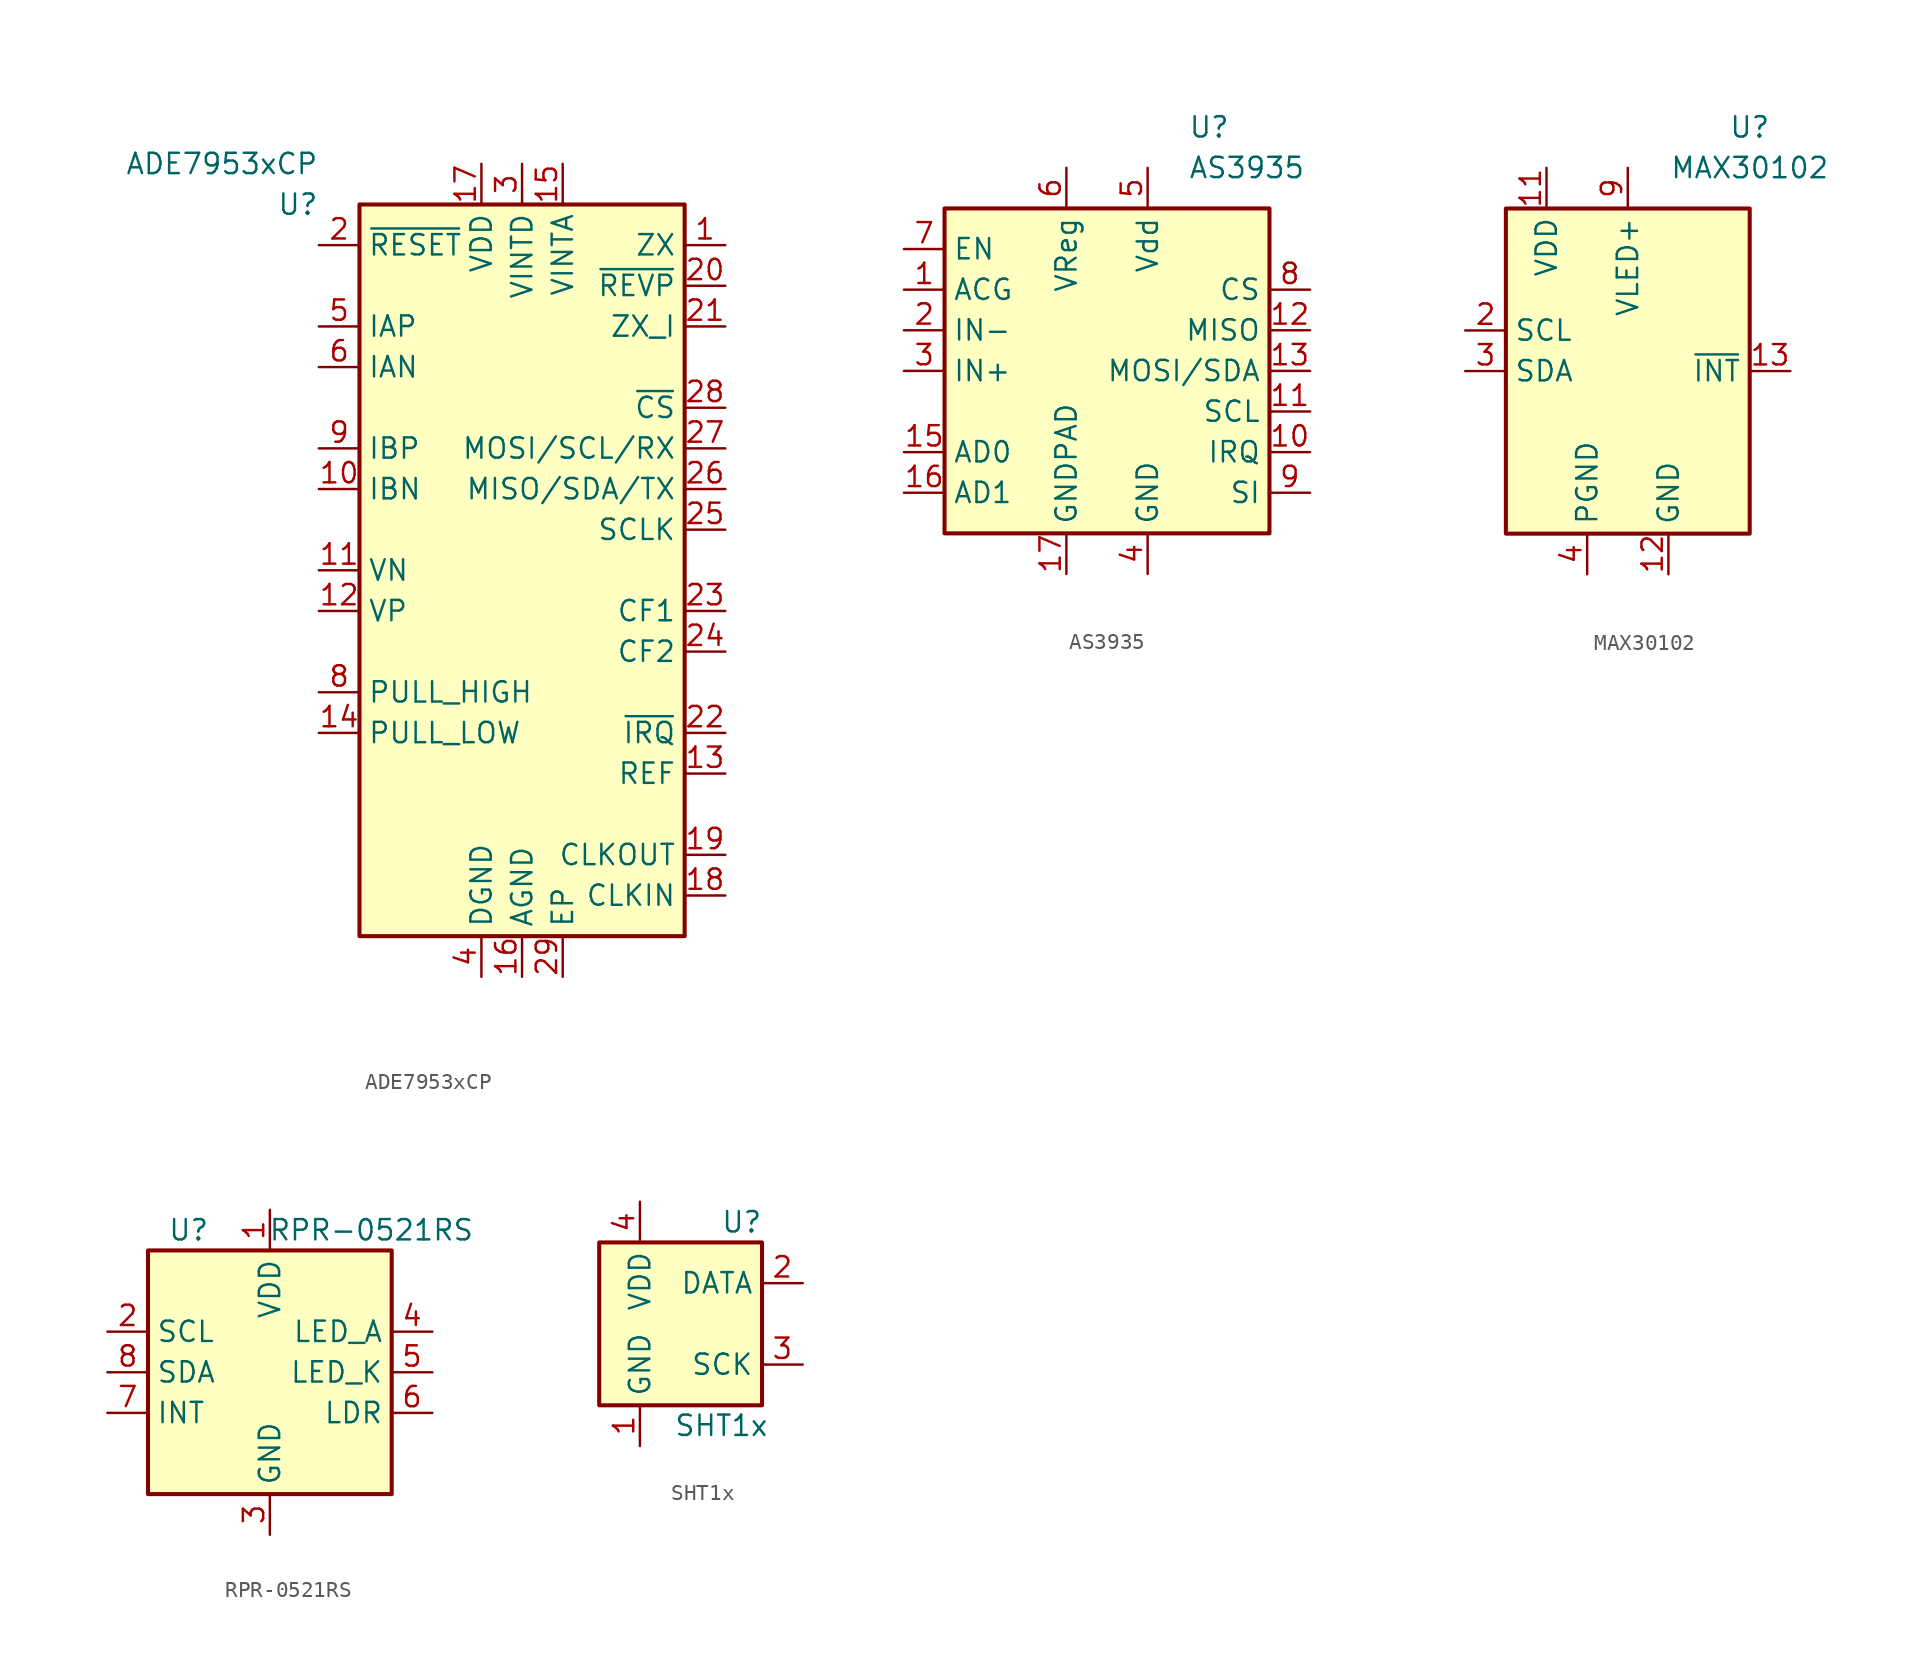
<source format=kicad_sym>
(kicad_symbol_lib
  (version 20231120)
  (generator "kicad_symbol_editor")
  (generator_version "8.0")
  (symbol "ADE7953xCP"
    (property "Reference" "U"
      (at -12.7 22.86 0)
      (effects (font (size 1.27 1.27)) (justify right)))
    (property "Value" "ADE7953xCP"
      (at -12.7 25.4 0)
      (effects (font (size 1.27 1.27)) (justify right)))
    (symbol "ADE7953xCP_0_1"
      (rectangle (start 10.16 -22.86) (end -10.16 22.86) (stroke (width 0.254) (type default)) (fill (type background))))
    (symbol "ADE7953xCP_1_1"
      (pin output line (at 12.7 20.32 180) (length 2.54) (name "ZX" (effects (font (size 1.27 1.27)))) (number "1" (effects (font (size 1.27 1.27)))))
      (pin input line (at -12.7 5.08 0) (length 2.54) (name "IBN" (effects (font (size 1.27 1.27)))) (number "10" (effects (font (size 1.27 1.27)))))
      (pin input line (at -12.7 0 0) (length 2.54) (name "VN" (effects (font (size 1.27 1.27)))) (number "11" (effects (font (size 1.27 1.27)))))
      (pin input line (at -12.7 -2.54 0) (length 2.54) (name "VP" (effects (font (size 1.27 1.27)))) (number "12" (effects (font (size 1.27 1.27)))))
      (pin input line (at 12.7 -12.7 180) (length 2.54) (name "REF" (effects (font (size 1.27 1.27)))) (number "13" (effects (font (size 1.27 1.27)))))
      (pin input line (at -12.7 -10.16 0) (length 2.54) (name "PULL_LOW" (effects (font (size 1.27 1.27)))) (number "14" (effects (font (size 1.27 1.27)))))
      (pin power_out line (at 2.54 25.4 270) (length 2.54) (name "VINTA" (effects (font (size 1.27 1.27)))) (number "15" (effects (font (size 1.27 1.27)))))
      (pin power_in line (at 0 -25.4 90) (length 2.54) (name "AGND" (effects (font (size 1.27 1.27)))) (number "16" (effects (font (size 1.27 1.27)))))
      (pin power_in line (at -2.54 25.4 270) (length 2.54) (name "VDD" (effects (font (size 1.27 1.27)))) (number "17" (effects (font (size 1.27 1.27)))))
      (pin input line (at 12.7 -20.32 180) (length 2.54) (name "CLKIN" (effects (font (size 1.27 1.27)))) (number "18" (effects (font (size 1.27 1.27)))))
      (pin output line (at 12.7 -17.78 180) (length 2.54) (name "CLKOUT" (effects (font (size 1.27 1.27)))) (number "19" (effects (font (size 1.27 1.27)))))
      (pin input line (at -12.7 20.32 0) (length 2.54) (name "~{RESET}" (effects (font (size 1.27 1.27)))) (number "2" (effects (font (size 1.27 1.27)))))
      (pin output line (at 12.7 17.78 180) (length 2.54) (name "~{REVP}" (effects (font (size 1.27 1.27)))) (number "20" (effects (font (size 1.27 1.27)))))
      (pin output line (at 12.7 15.24 180) (length 2.54) (name "ZX_I" (effects (font (size 1.27 1.27)))) (number "21" (effects (font (size 1.27 1.27)))))
      (pin open_collector line (at 12.7 -10.16 180) (length 2.54) (name "~{IRQ}" (effects (font (size 1.27 1.27)))) (number "22" (effects (font (size 1.27 1.27)))))
      (pin output line (at 12.7 -2.54 180) (length 2.54) (name "CF1" (effects (font (size 1.27 1.27)))) (number "23" (effects (font (size 1.27 1.27)))))
      (pin output line (at 12.7 -5.08 180) (length 2.54) (name "CF2" (effects (font (size 1.27 1.27)))) (number "24" (effects (font (size 1.27 1.27)))))
      (pin input line (at 12.7 2.54 180) (length 2.54) (name "SCLK" (effects (font (size 1.27 1.27)))) (number "25" (effects (font (size 1.27 1.27)))))
      (pin bidirectional line (at 12.7 5.08 180) (length 2.54) (name "MISO/SDA/TX" (effects (font (size 1.27 1.27)))) (number "26" (effects (font (size 1.27 1.27)))))
      (pin input line (at 12.7 7.62 180) (length 2.54) (name "MOSI/SCL/RX" (effects (font (size 1.27 1.27)))) (number "27" (effects (font (size 1.27 1.27)))))
      (pin input line (at 12.7 10.16 180) (length 2.54) (name "~{CS}" (effects (font (size 1.27 1.27)))) (number "28" (effects (font (size 1.27 1.27)))))
      (pin passive line (at 2.54 -25.4 90) (length 2.54) (name "EP" (effects (font (size 1.27 1.27)))) (number "29" (effects (font (size 1.27 1.27)))))
      (pin power_out line (at 0 25.4 270) (length 2.54) (name "VINTD" (effects (font (size 1.27 1.27)))) (number "3" (effects (font (size 1.27 1.27)))))
      (pin power_in line (at -2.54 -25.4 90) (length 2.54) (name "DGND" (effects (font (size 1.27 1.27)))) (number "4" (effects (font (size 1.27 1.27)))))
      (pin input line (at -12.7 15.24 0) (length 2.54) (name "IAP" (effects (font (size 1.27 1.27)))) (number "5" (effects (font (size 1.27 1.27)))))
      (pin input line (at -12.7 12.7 0) (length 2.54) (name "IAN" (effects (font (size 1.27 1.27)))) (number "6" (effects (font (size 1.27 1.27)))))
      (pin input line (at -12.7 -7.62 0) (length 2.54) hide (name "PULL_HIGH" (effects (font (size 1.27 1.27)))) (number "7" (effects (font (size 1.27 1.27)))))
      (pin input line (at -12.7 -7.62 0) (length 2.54) (name "PULL_HIGH" (effects (font (size 1.27 1.27)))) (number "8" (effects (font (size 1.27 1.27)))))
      (pin input line (at -12.7 7.62 0) (length 2.54) (name "IBP" (effects (font (size 1.27 1.27)))) (number "9" (effects (font (size 1.27 1.27)))))))
  (symbol "AS3935"
    (property "Reference" "U"
      (at 5.08 15.24 0)
      (effects (font (size 1.27 1.27)) (justify left)))
    (property "Value" "AS3935"
      (at 5.08 12.7 0)
      (effects (font (size 1.27 1.27)) (justify left)))
    (symbol "AS3935_0_1"
      (rectangle (start -10.16 10.16) (end 10.16 -10.16) (stroke (width 0.254) (type default)) (fill (type background))))
    (symbol "AS3935_1_1"
      (pin input line (at -12.7 5.08 0) (length 2.54) (name "ACG" (effects (font (size 1.27 1.27)))) (number "1" (effects (font (size 1.27 1.27)))))
      (pin bidirectional line (at 12.7 -5.08 180) (length 2.54) (name "IRQ" (effects (font (size 1.27 1.27)))) (number "10" (effects (font (size 1.27 1.27)))))
      (pin bidirectional line (at 12.7 -2.54 180) (length 2.54) (name "SCL" (effects (font (size 1.27 1.27)))) (number "11" (effects (font (size 1.27 1.27)))))
      (pin output line (at 12.7 2.54 180) (length 2.54) (name "MISO" (effects (font (size 1.27 1.27)))) (number "12" (effects (font (size 1.27 1.27)))))
      (pin bidirectional line (at 12.7 0 180) (length 2.54) (name "MOSI/SDA" (effects (font (size 1.27 1.27)))) (number "13" (effects (font (size 1.27 1.27)))))
      (pin input line (at -12.7 -5.08 0) (length 2.54) (name "AD0" (effects (font (size 1.27 1.27)))) (number "15" (effects (font (size 1.27 1.27)))))
      (pin input line (at -12.7 -7.62 0) (length 2.54) (name "AD1" (effects (font (size 1.27 1.27)))) (number "16" (effects (font (size 1.27 1.27)))))
      (pin power_in line (at -2.54 -12.7 90) (length 2.54) (name "GNDPAD" (effects (font (size 1.27 1.27)))) (number "17" (effects (font (size 1.27 1.27)))))
      (pin input line (at -12.7 2.54 0) (length 2.54) (name "IN-" (effects (font (size 1.27 1.27)))) (number "2" (effects (font (size 1.27 1.27)))))
      (pin input line (at -12.7 0 0) (length 2.54) (name "IN+" (effects (font (size 1.27 1.27)))) (number "3" (effects (font (size 1.27 1.27)))))
      (pin power_in line (at 2.54 -12.7 90) (length 2.54) (name "GND" (effects (font (size 1.27 1.27)))) (number "4" (effects (font (size 1.27 1.27)))))
      (pin power_in line (at 2.54 12.7 270) (length 2.54) (name "Vdd" (effects (font (size 1.27 1.27)))) (number "5" (effects (font (size 1.27 1.27)))))
      (pin passive line (at -2.54 12.7 270) (length 2.54) (name "VReg" (effects (font (size 1.27 1.27)))) (number "6" (effects (font (size 1.27 1.27)))))
      (pin input line (at -12.7 7.62 0) (length 2.54) (name "EN" (effects (font (size 1.27 1.27)))) (number "7" (effects (font (size 1.27 1.27)))))
      (pin input line (at 12.7 5.08 180) (length 2.54) (name "CS" (effects (font (size 1.27 1.27)))) (number "8" (effects (font (size 1.27 1.27)))))
      (pin input line (at 12.7 -7.62 180) (length 2.54) (name "SI" (effects (font (size 1.27 1.27)))) (number "9" (effects (font (size 1.27 1.27)))))))
  (symbol "MAX30102"
    (property "Reference" "U"
      (at 7.62 15.24 0)
      (effects (font (size 1.27 1.27))))
    (property "Value" "MAX30102"
      (at 7.62 12.7 0)
      (effects (font (size 1.27 1.27))))
    (symbol "MAX30102_0_1"
      (rectangle (start -7.62 10.16) (end 7.62 -10.16) (stroke (width 0.254) (type default)) (fill (type background))))
    (symbol "MAX30102_1_1"
      (pin no_connect line (at -7.62 5.08 0) (length 2.54) hide (name "NC" (effects (font (size 1.27 1.27)))) (number "1" (effects (font (size 1.27 1.27)))))
      (pin passive line (at 0 12.7 270) (length 2.54) hide (name "VLED+" (effects (font (size 1.27 1.27)))) (number "10" (effects (font (size 1.27 1.27)))))
      (pin power_in line (at -5.08 12.7 270) (length 2.54) (name "VDD" (effects (font (size 1.27 1.27)))) (number "11" (effects (font (size 1.27 1.27)))))
      (pin power_in line (at 2.54 -12.7 90) (length 2.54) (name "GND" (effects (font (size 1.27 1.27)))) (number "12" (effects (font (size 1.27 1.27)))))
      (pin output line (at 10.16 0 180) (length 2.54) (name "~{INT}" (effects (font (size 1.27 1.27)))) (number "13" (effects (font (size 1.27 1.27)))))
      (pin no_connect line (at 7.62 2.54 180) (length 2.54) hide (name "NC" (effects (font (size 1.27 1.27)))) (number "14" (effects (font (size 1.27 1.27)))))
      (pin input line (at -10.16 2.54 0) (length 2.54) (name "SCL" (effects (font (size 1.27 1.27)))) (number "2" (effects (font (size 1.27 1.27)))))
      (pin bidirectional line (at -10.16 0 0) (length 2.54) (name "SDA" (effects (font (size 1.27 1.27)))) (number "3" (effects (font (size 1.27 1.27)))))
      (pin power_in line (at -2.54 -12.7 90) (length 2.54) (name "PGND" (effects (font (size 1.27 1.27)))) (number "4" (effects (font (size 1.27 1.27)))))
      (pin no_connect line (at 7.62 -7.62 180) (length 2.54) hide (name "NC" (effects (font (size 1.27 1.27)))) (number "5" (effects (font (size 1.27 1.27)))))
      (pin no_connect line (at 7.62 -5.08 180) (length 2.54) hide (name "NC" (effects (font (size 1.27 1.27)))) (number "6" (effects (font (size 1.27 1.27)))))
      (pin no_connect line (at -7.62 -2.54 0) (length 2.54) hide (name "NC" (effects (font (size 1.27 1.27)))) (number "7" (effects (font (size 1.27 1.27)))))
      (pin no_connect line (at 7.62 5.08 180) (length 2.54) hide (name "NC" (effects (font (size 1.27 1.27)))) (number "8" (effects (font (size 1.27 1.27)))))
      (pin power_in line (at 0 12.7 270) (length 2.54) (name "VLED+" (effects (font (size 1.27 1.27)))) (number "9" (effects (font (size 1.27 1.27)))))))
  (symbol "RPR-0521RS"
    (property "Reference" "U"
      (at -5.08 8.89 0)
      (effects (font (size 1.27 1.27))))
    (property "Value" "RPR-0521RS"
      (at 6.35 8.89 0)
      (effects (font (size 1.27 1.27))))
    (symbol "RPR-0521RS_0_1"
      (rectangle (start -7.62 7.62) (end 7.62 -7.62) (stroke (width 0.254) (type default)) (fill (type background))))
    (symbol "RPR-0521RS_1_1"
      (pin power_in line (at 0 10.16 270) (length 2.54) (name "VDD" (effects (font (size 1.27 1.27)))) (number "1" (effects (font (size 1.27 1.27)))))
      (pin input line (at -10.16 2.54 0) (length 2.54) (name "SCL" (effects (font (size 1.27 1.27)))) (number "2" (effects (font (size 1.27 1.27)))))
      (pin power_in line (at 0 -10.16 90) (length 2.54) (name "GND" (effects (font (size 1.27 1.27)))) (number "3" (effects (font (size 1.27 1.27)))))
      (pin passive line (at 10.16 2.54 180) (length 2.54) (name "LED_A" (effects (font (size 1.27 1.27)))) (number "4" (effects (font (size 1.27 1.27)))))
      (pin passive line (at 10.16 0 180) (length 2.54) (name "LED_K" (effects (font (size 1.27 1.27)))) (number "5" (effects (font (size 1.27 1.27)))))
      (pin passive line (at 10.16 -2.54 180) (length 2.54) (name "LDR" (effects (font (size 1.27 1.27)))) (number "6" (effects (font (size 1.27 1.27)))))
      (pin open_collector line (at -10.16 -2.54 0) (length 2.54) (name "INT" (effects (font (size 1.27 1.27)))) (number "7" (effects (font (size 1.27 1.27)))))
      (pin bidirectional line (at -10.16 0 0) (length 2.54) (name "SDA" (effects (font (size 1.27 1.27)))) (number "8" (effects (font (size 1.27 1.27)))))))
  (symbol "SHT1x"
    (property "Reference" "U"
      (at 3.81 6.35 0)
      (effects (font (size 1.27 1.27))))
    (property "Value" "SHT1x"
      (at 2.54 -6.35 0)
      (effects (font (size 1.27 1.27))))
    (symbol "SHT1x_0_1"
      (rectangle (start -5.08 5.08) (end 5.08 -5.08) (stroke (width 0.254) (type default)) (fill (type background))))
    (symbol "SHT1x_1_1"
      (pin power_in line (at -2.54 -7.62 90) (length 2.54) (name "GND" (effects (font (size 1.27 1.27)))) (number "1" (effects (font (size 1.27 1.27)))))
      (pin bidirectional line (at 7.62 2.54 180) (length 2.54) (name "DATA" (effects (font (size 1.27 1.27)))) (number "2" (effects (font (size 1.27 1.27)))))
      (pin input line (at 7.62 -2.54 180) (length 2.54) (name "SCK" (effects (font (size 1.27 1.27)))) (number "3" (effects (font (size 1.27 1.27)))))
      (pin power_in line (at -2.54 7.62 270) (length 2.54) (name "VDD" (effects (font (size 1.27 1.27)))) (number "4" (effects (font (size 1.27 1.27))))))))
</source>
